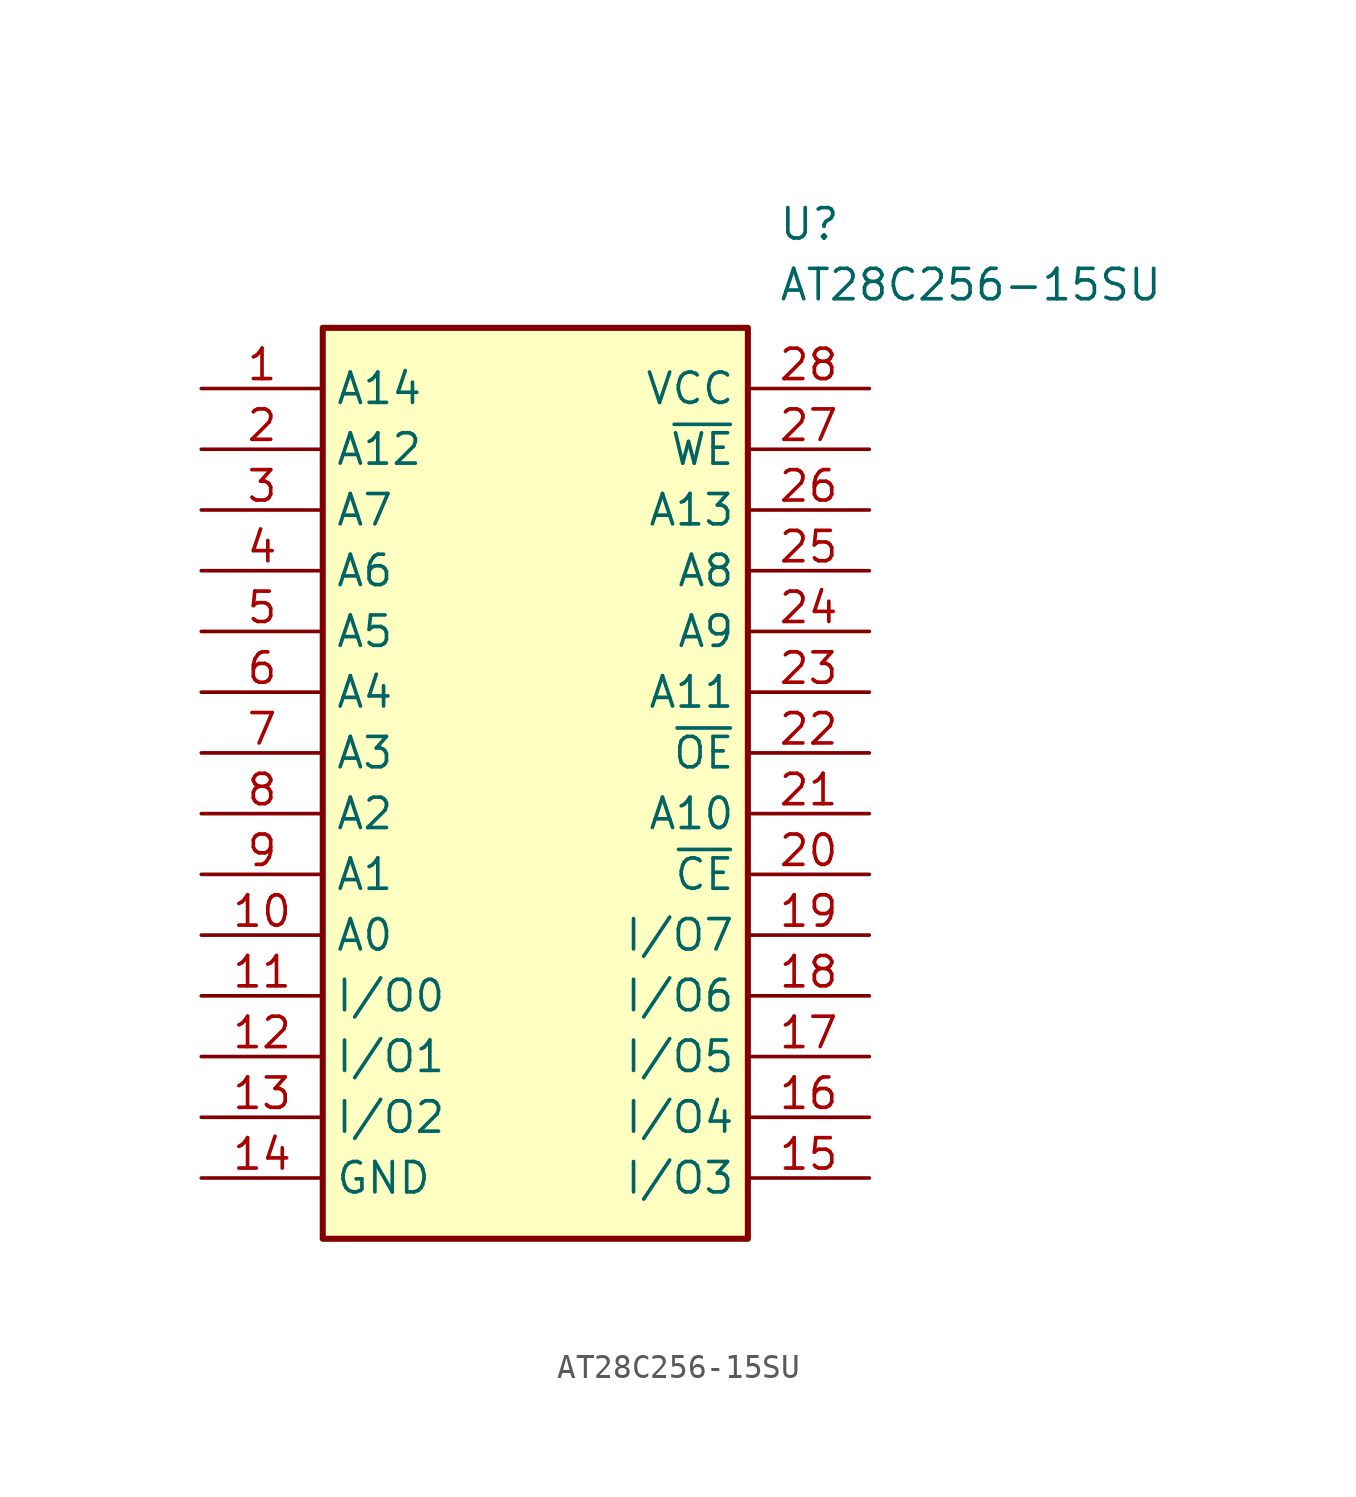
<source format=kicad_sym>
(kicad_symbol_lib
  (version 20220914)
  (generator kicad_symbol_editor)
  (symbol "AT28C256-15SU"
    (property "Reference" "U"
      (at 24.13 7.62 0)
      (effects (font (size 1.27 1.27)) (justify left top)))
    (property "Value" "AT28C256-15SU"
      (at 24.13 5.08 0)
      (effects (font (size 1.27 1.27)) (justify left top)))
    (symbol "AT28C256-15SU_1_1"
      (rectangle (start 5.08 2.54) (end 22.86 -35.56) (stroke (width 0.254) (type default)) (fill (type background)))
      (pin passive line (at 0 0 0) (length 5.08) (name "A14" (effects (font (size 1.27 1.27)))) (number "1" (effects (font (size 1.27 1.27)))))
      (pin passive line (at 0 -22.86 0) (length 5.08) (name "A0" (effects (font (size 1.27 1.27)))) (number "10" (effects (font (size 1.27 1.27)))))
      (pin passive line (at 0 -25.4 0) (length 5.08) (name "I/O0" (effects (font (size 1.27 1.27)))) (number "11" (effects (font (size 1.27 1.27)))))
      (pin passive line (at 0 -27.94 0) (length 5.08) (name "I/O1" (effects (font (size 1.27 1.27)))) (number "12" (effects (font (size 1.27 1.27)))))
      (pin passive line (at 0 -30.48 0) (length 5.08) (name "I/O2" (effects (font (size 1.27 1.27)))) (number "13" (effects (font (size 1.27 1.27)))))
      (pin passive line (at 0 -33.02 0) (length 5.08) (name "GND" (effects (font (size 1.27 1.27)))) (number "14" (effects (font (size 1.27 1.27)))))
      (pin passive line (at 27.94 -33.02 180) (length 5.08) (name "I/O3" (effects (font (size 1.27 1.27)))) (number "15" (effects (font (size 1.27 1.27)))))
      (pin passive line (at 27.94 -30.48 180) (length 5.08) (name "I/O4" (effects (font (size 1.27 1.27)))) (number "16" (effects (font (size 1.27 1.27)))))
      (pin passive line (at 27.94 -27.94 180) (length 5.08) (name "I/O5" (effects (font (size 1.27 1.27)))) (number "17" (effects (font (size 1.27 1.27)))))
      (pin passive line (at 27.94 -25.4 180) (length 5.08) (name "I/O6" (effects (font (size 1.27 1.27)))) (number "18" (effects (font (size 1.27 1.27)))))
      (pin passive line (at 27.94 -22.86 180) (length 5.08) (name "I/O7" (effects (font (size 1.27 1.27)))) (number "19" (effects (font (size 1.27 1.27)))))
      (pin passive line (at 0 -2.54 0) (length 5.08) (name "A12" (effects (font (size 1.27 1.27)))) (number "2" (effects (font (size 1.27 1.27)))))
      (pin passive line (at 27.94 -20.32 180) (length 5.08) (name "~{CE}" (effects (font (size 1.27 1.27)))) (number "20" (effects (font (size 1.27 1.27)))))
      (pin passive line (at 27.94 -17.78 180) (length 5.08) (name "A10" (effects (font (size 1.27 1.27)))) (number "21" (effects (font (size 1.27 1.27)))))
      (pin passive line (at 27.94 -15.24 180) (length 5.08) (name "~{OE}" (effects (font (size 1.27 1.27)))) (number "22" (effects (font (size 1.27 1.27)))))
      (pin passive line (at 27.94 -12.7 180) (length 5.08) (name "A11" (effects (font (size 1.27 1.27)))) (number "23" (effects (font (size 1.27 1.27)))))
      (pin passive line (at 27.94 -10.16 180) (length 5.08) (name "A9" (effects (font (size 1.27 1.27)))) (number "24" (effects (font (size 1.27 1.27)))))
      (pin passive line (at 27.94 -7.62 180) (length 5.08) (name "A8" (effects (font (size 1.27 1.27)))) (number "25" (effects (font (size 1.27 1.27)))))
      (pin passive line (at 27.94 -5.08 180) (length 5.08) (name "A13" (effects (font (size 1.27 1.27)))) (number "26" (effects (font (size 1.27 1.27)))))
      (pin passive line (at 27.94 -2.54 180) (length 5.08) (name "~{WE}" (effects (font (size 1.27 1.27)))) (number "27" (effects (font (size 1.27 1.27)))))
      (pin passive line (at 27.94 0 180) (length 5.08) (name "VCC" (effects (font (size 1.27 1.27)))) (number "28" (effects (font (size 1.27 1.27)))))
      (pin passive line (at 0 -5.08 0) (length 5.08) (name "A7" (effects (font (size 1.27 1.27)))) (number "3" (effects (font (size 1.27 1.27)))))
      (pin passive line (at 0 -7.62 0) (length 5.08) (name "A6" (effects (font (size 1.27 1.27)))) (number "4" (effects (font (size 1.27 1.27)))))
      (pin passive line (at 0 -10.16 0) (length 5.08) (name "A5" (effects (font (size 1.27 1.27)))) (number "5" (effects (font (size 1.27 1.27)))))
      (pin passive line (at 0 -12.7 0) (length 5.08) (name "A4" (effects (font (size 1.27 1.27)))) (number "6" (effects (font (size 1.27 1.27)))))
      (pin passive line (at 0 -15.24 0) (length 5.08) (name "A3" (effects (font (size 1.27 1.27)))) (number "7" (effects (font (size 1.27 1.27)))))
      (pin passive line (at 0 -17.78 0) (length 5.08) (name "A2" (effects (font (size 1.27 1.27)))) (number "8" (effects (font (size 1.27 1.27)))))
      (pin passive line (at 0 -20.32 0) (length 5.08) (name "A1" (effects (font (size 1.27 1.27)))) (number "9" (effects (font (size 1.27 1.27))))))))
</source>
